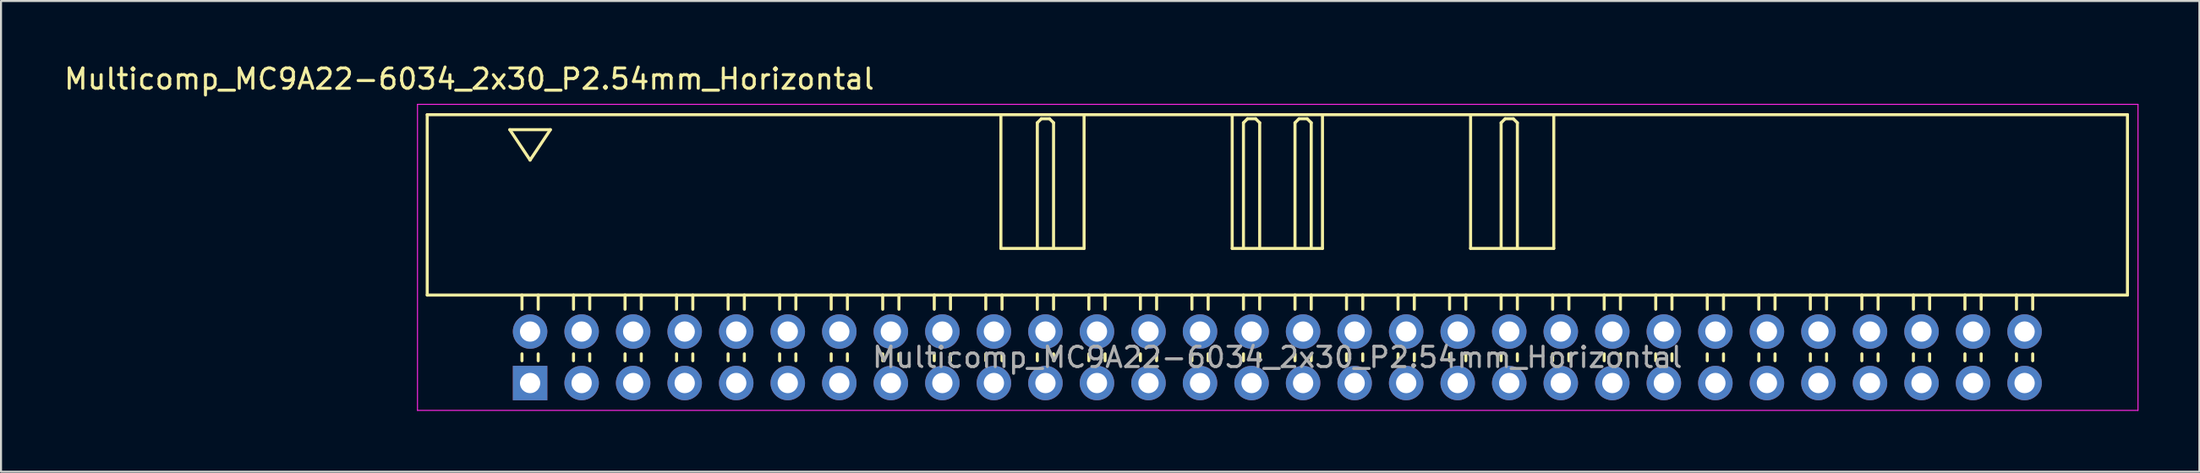
<source format=kicad_pcb>
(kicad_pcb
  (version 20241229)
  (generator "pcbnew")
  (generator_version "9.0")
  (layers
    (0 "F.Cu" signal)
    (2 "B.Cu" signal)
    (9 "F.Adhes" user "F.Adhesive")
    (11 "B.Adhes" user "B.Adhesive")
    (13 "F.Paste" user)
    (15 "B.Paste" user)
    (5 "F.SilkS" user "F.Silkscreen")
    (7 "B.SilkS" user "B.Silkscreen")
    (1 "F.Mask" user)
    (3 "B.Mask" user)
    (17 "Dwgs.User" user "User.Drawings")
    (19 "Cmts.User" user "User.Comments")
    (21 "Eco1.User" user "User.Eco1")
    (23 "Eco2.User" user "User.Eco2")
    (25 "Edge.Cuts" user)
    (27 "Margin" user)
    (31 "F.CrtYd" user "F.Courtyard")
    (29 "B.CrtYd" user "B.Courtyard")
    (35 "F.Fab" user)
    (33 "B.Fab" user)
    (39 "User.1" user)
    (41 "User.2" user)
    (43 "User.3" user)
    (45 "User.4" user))
  (footprint "Multicomp_MC9A22-6034_2x30_P2.54mm_Horizontal"
    (layer "F.Cu")
    (at 23.077 15.848)
    (property "Reference" "Multicomp_MC9A22-6034_2x30_P2.54mm_Horizontal" (at -3 -15 0) (layer "F.SilkS") (effects (font (size 1 1) (thickness 0.15))))
    (attr through_hole)
    (fp_line (start -5.07 -13.24) (end 78.73 -13.24) (stroke (width 0.15) (type solid)) (layer "F.SilkS"))
    (fp_line (start -5.07 -4.34) (end -5.07 -13.24) (stroke (width 0.15) (type solid)) (layer "F.SilkS"))
    (fp_line (start -1 -12.5) (end 1 -12.5) (stroke (width 0.15) (type solid)) (layer "F.SilkS"))
    (fp_line (start -0.4 -3.64) (end -0.4 -4.34) (stroke (width 0.15) (type solid)) (layer "F.SilkS"))
    (fp_line (start -0.4 -1.1) (end -0.4 -1.44) (stroke (width 0.15) (type solid)) (layer "F.SilkS"))
    (fp_line (start 0 -11) (end -1 -12.5) (stroke (width 0.15) (type solid)) (layer "F.SilkS"))
    (fp_line (start 0.4 -3.64) (end 0.4 -4.34) (stroke (width 0.15) (type solid)) (layer "F.SilkS"))
    (fp_line (start 0.4 -1.1) (end 0.4 -1.44) (stroke (width 0.15) (type solid)) (layer "F.SilkS"))
    (fp_line (start 1 -12.5) (end 0 -11) (stroke (width 0.15) (type solid)) (layer "F.SilkS"))
    (fp_line (start 2.14 -3.64) (end 2.14 -4.34) (stroke (width 0.15) (type solid)) (layer "F.SilkS"))
    (fp_line (start 2.14 -1.1) (end 2.14 -1.44) (stroke (width 0.15) (type solid)) (layer "F.SilkS"))
    (fp_line (start 2.94 -3.64) (end 2.94 -4.34) (stroke (width 0.15) (type solid)) (layer "F.SilkS"))
    (fp_line (start 2.94 -1.1) (end 2.94 -1.44) (stroke (width 0.15) (type solid)) (layer "F.SilkS"))
    (fp_line (start 4.68 -3.64) (end 4.68 -4.34) (stroke (width 0.15) (type solid)) (layer "F.SilkS"))
    (fp_line (start 4.68 -1.1) (end 4.68 -1.44) (stroke (width 0.15) (type solid)) (layer "F.SilkS"))
    (fp_line (start 5.48 -3.64) (end 5.48 -4.34) (stroke (width 0.15) (type solid)) (layer "F.SilkS"))
    (fp_line (start 5.48 -1.1) (end 5.48 -1.44) (stroke (width 0.15) (type solid)) (layer "F.SilkS"))
    (fp_line (start 7.22 -3.64) (end 7.22 -4.34) (stroke (width 0.15) (type solid)) (layer "F.SilkS"))
    (fp_line (start 7.22 -1.1) (end 7.22 -1.44) (stroke (width 0.15) (type solid)) (layer "F.SilkS"))
    (fp_line (start 8.02 -3.64) (end 8.02 -4.34) (stroke (width 0.15) (type solid)) (layer "F.SilkS"))
    (fp_line (start 8.02 -1.1) (end 8.02 -1.44) (stroke (width 0.15) (type solid)) (layer "F.SilkS"))
    (fp_line (start 9.76 -3.64) (end 9.76 -4.34) (stroke (width 0.15) (type solid)) (layer "F.SilkS"))
    (fp_line (start 9.76 -1.1) (end 9.76 -1.44) (stroke (width 0.15) (type solid)) (layer "F.SilkS"))
    (fp_line (start 10.56 -3.64) (end 10.56 -4.34) (stroke (width 0.15) (type solid)) (layer "F.SilkS"))
    (fp_line (start 10.56 -1.1) (end 10.56 -1.44) (stroke (width 0.15) (type solid)) (layer "F.SilkS"))
    (fp_line (start 12.3 -3.64) (end 12.3 -4.34) (stroke (width 0.15) (type solid)) (layer "F.SilkS"))
    (fp_line (start 12.3 -1.1) (end 12.3 -1.44) (stroke (width 0.15) (type solid)) (layer "F.SilkS"))
    (fp_line (start 13.1 -3.64) (end 13.1 -4.34) (stroke (width 0.15) (type solid)) (layer "F.SilkS"))
    (fp_line (start 13.1 -1.1) (end 13.1 -1.44) (stroke (width 0.15) (type solid)) (layer "F.SilkS"))
    (fp_line (start 14.84 -3.64) (end 14.84 -4.34) (stroke (width 0.15) (type solid)) (layer "F.SilkS"))
    (fp_line (start 14.84 -1.1) (end 14.84 -1.44) (stroke (width 0.15) (type solid)) (layer "F.SilkS"))
    (fp_line (start 15.64 -3.64) (end 15.64 -4.34) (stroke (width 0.15) (type solid)) (layer "F.SilkS"))
    (fp_line (start 15.64 -1.1) (end 15.64 -1.44) (stroke (width 0.15) (type solid)) (layer "F.SilkS"))
    (fp_line (start 17.38 -3.64) (end 17.38 -4.34) (stroke (width 0.15) (type solid)) (layer "F.SilkS"))
    (fp_line (start 17.38 -1.1) (end 17.38 -1.44) (stroke (width 0.15) (type solid)) (layer "F.SilkS"))
    (fp_line (start 18.18 -3.64) (end 18.18 -4.34) (stroke (width 0.15) (type solid)) (layer "F.SilkS"))
    (fp_line (start 18.18 -1.1) (end 18.18 -1.44) (stroke (width 0.15) (type solid)) (layer "F.SilkS"))
    (fp_line (start 19.92 -3.64) (end 19.92 -4.34) (stroke (width 0.15) (type solid)) (layer "F.SilkS"))
    (fp_line (start 19.92 -1.1) (end 19.92 -1.44) (stroke (width 0.15) (type solid)) (layer "F.SilkS"))
    (fp_line (start 20.72 -3.64) (end 20.72 -4.34) (stroke (width 0.15) (type solid)) (layer "F.SilkS"))
    (fp_line (start 20.72 -1.1) (end 20.72 -1.44) (stroke (width 0.15) (type solid)) (layer "F.SilkS"))
    (fp_line (start 22.46 -3.64) (end 22.46 -4.34) (stroke (width 0.15) (type solid)) (layer "F.SilkS"))
    (fp_line (start 22.46 -1.1) (end 22.46 -1.44) (stroke (width 0.15) (type solid)) (layer "F.SilkS"))
    (fp_line (start 23.205 -6.64) (end 23.205 -13.24) (stroke (width 0.15) (type solid)) (layer "F.SilkS"))
    (fp_line (start 23.26 -3.64) (end 23.26 -4.34) (stroke (width 0.15) (type solid)) (layer "F.SilkS"))
    (fp_line (start 23.26 -1.1) (end 23.26 -1.44) (stroke (width 0.15) (type solid)) (layer "F.SilkS"))
    (fp_line (start 25 -12.84) (end 25.2 -13.04) (stroke (width 0.15) (type solid)) (layer "F.SilkS"))
    (fp_line (start 25 -6.64) (end 25 -12.84) (stroke (width 0.15) (type solid)) (layer "F.SilkS"))
    (fp_line (start 25 -3.64) (end 25 -4.34) (stroke (width 0.15) (type solid)) (layer "F.SilkS"))
    (fp_line (start 25 -1.1) (end 25 -1.44) (stroke (width 0.15) (type solid)) (layer "F.SilkS"))
    (fp_line (start 25.2 -13.04) (end 25.6 -13.04) (stroke (width 0.15) (type solid)) (layer "F.SilkS"))
    (fp_line (start 25.6 -13.04) (end 25.8 -12.84) (stroke (width 0.15) (type solid)) (layer "F.SilkS"))
    (fp_line (start 25.8 -12.84) (end 25.8 -6.64) (stroke (width 0.15) (type solid)) (layer "F.SilkS"))
    (fp_line (start 25.8 -3.64) (end 25.8 -4.34) (stroke (width 0.15) (type solid)) (layer "F.SilkS"))
    (fp_line (start 25.8 -1.1) (end 25.8 -1.44) (stroke (width 0.15) (type solid)) (layer "F.SilkS"))
    (fp_line (start 27.305 -13.24) (end 27.305 -6.64) (stroke (width 0.15) (type solid)) (layer "F.SilkS"))
    (fp_line (start 27.305 -6.64) (end 23.205 -6.64) (stroke (width 0.15) (type solid)) (layer "F.SilkS"))
    (fp_line (start 27.54 -3.64) (end 27.54 -4.34) (stroke (width 0.15) (type solid)) (layer "F.SilkS"))
    (fp_line (start 27.54 -1.1) (end 27.54 -1.44) (stroke (width 0.15) (type solid)) (layer "F.SilkS"))
    (fp_line (start 28.34 -3.64) (end 28.34 -4.34) (stroke (width 0.15) (type solid)) (layer "F.SilkS"))
    (fp_line (start 28.34 -1.1) (end 28.34 -1.44) (stroke (width 0.15) (type solid)) (layer "F.SilkS"))
    (fp_line (start 30.08 -3.64) (end 30.08 -4.34) (stroke (width 0.15) (type solid)) (layer "F.SilkS"))
    (fp_line (start 30.08 -1.1) (end 30.08 -1.44) (stroke (width 0.15) (type solid)) (layer "F.SilkS"))
    (fp_line (start 30.88 -3.64) (end 30.88 -4.34) (stroke (width 0.15) (type solid)) (layer "F.SilkS"))
    (fp_line (start 30.88 -1.1) (end 30.88 -1.44) (stroke (width 0.15) (type solid)) (layer "F.SilkS"))
    (fp_line (start 32.62 -3.64) (end 32.62 -4.34) (stroke (width 0.15) (type solid)) (layer "F.SilkS"))
    (fp_line (start 32.62 -1.1) (end 32.62 -1.44) (stroke (width 0.15) (type solid)) (layer "F.SilkS"))
    (fp_line (start 33.42 -3.64) (end 33.42 -4.34) (stroke (width 0.15) (type solid)) (layer "F.SilkS"))
    (fp_line (start 33.42 -1.1) (end 33.42 -1.44) (stroke (width 0.15) (type solid)) (layer "F.SilkS"))
    (fp_line (start 34.605 -13.24) (end 34.605 -6.64) (stroke (width 0.15) (type solid)) (layer "F.SilkS"))
    (fp_line (start 34.605 -6.64) (end 39.055 -6.64) (stroke (width 0.15) (type solid)) (layer "F.SilkS"))
    (fp_line (start 35.16 -12.84) (end 35.36 -13.04) (stroke (width 0.15) (type solid)) (layer "F.SilkS"))
    (fp_line (start 35.16 -6.64) (end 35.16 -12.84) (stroke (width 0.15) (type solid)) (layer "F.SilkS"))
    (fp_line (start 35.16 -3.64) (end 35.16 -4.34) (stroke (width 0.15) (type solid)) (layer "F.SilkS"))
    (fp_line (start 35.16 -1.1) (end 35.16 -1.44) (stroke (width 0.15) (type solid)) (layer "F.SilkS"))
    (fp_line (start 35.36 -13.04) (end 35.76 -13.04) (stroke (width 0.15) (type solid)) (layer "F.SilkS"))
    (fp_line (start 35.76 -13.04) (end 35.96 -12.84) (stroke (width 0.15) (type solid)) (layer "F.SilkS"))
    (fp_line (start 35.96 -12.84) (end 35.96 -6.64) (stroke (width 0.15) (type solid)) (layer "F.SilkS"))
    (fp_line (start 35.96 -3.64) (end 35.96 -4.34) (stroke (width 0.15) (type solid)) (layer "F.SilkS"))
    (fp_line (start 35.96 -1.1) (end 35.96 -1.44) (stroke (width 0.15) (type solid)) (layer "F.SilkS"))
    (fp_line (start 37.7 -12.84) (end 37.9 -13.04) (stroke (width 0.15) (type solid)) (layer "F.SilkS"))
    (fp_line (start 37.7 -6.64) (end 37.7 -12.84) (stroke (width 0.15) (type solid)) (layer "F.SilkS"))
    (fp_line (start 37.7 -3.64) (end 37.7 -4.34) (stroke (width 0.15) (type solid)) (layer "F.SilkS"))
    (fp_line (start 37.7 -1.1) (end 37.7 -1.44) (stroke (width 0.15) (type solid)) (layer "F.SilkS"))
    (fp_line (start 37.9 -13.04) (end 38.3 -13.04) (stroke (width 0.15) (type solid)) (layer "F.SilkS"))
    (fp_line (start 38.3 -13.04) (end 38.5 -12.84) (stroke (width 0.15) (type solid)) (layer "F.SilkS"))
    (fp_line (start 38.5 -12.84) (end 38.5 -6.64) (stroke (width 0.15) (type solid)) (layer "F.SilkS"))
    (fp_line (start 38.5 -3.64) (end 38.5 -4.34) (stroke (width 0.15) (type solid)) (layer "F.SilkS"))
    (fp_line (start 38.5 -1.1) (end 38.5 -1.44) (stroke (width 0.15) (type solid)) (layer "F.SilkS"))
    (fp_line (start 39.055 -6.64) (end 39.055 -13.24) (stroke (width 0.15) (type solid)) (layer "F.SilkS"))
    (fp_line (start 40.24 -3.64) (end 40.24 -4.34) (stroke (width 0.15) (type solid)) (layer "F.SilkS"))
    (fp_line (start 40.24 -1.1) (end 40.24 -1.44) (stroke (width 0.15) (type solid)) (layer "F.SilkS"))
    (fp_line (start 41.04 -3.64) (end 41.04 -4.34) (stroke (width 0.15) (type solid)) (layer "F.SilkS"))
    (fp_line (start 41.04 -1.1) (end 41.04 -1.44) (stroke (width 0.15) (type solid)) (layer "F.SilkS"))
    (fp_line (start 42.78 -3.64) (end 42.78 -4.34) (stroke (width 0.15) (type solid)) (layer "F.SilkS"))
    (fp_line (start 42.78 -1.1) (end 42.78 -1.44) (stroke (width 0.15) (type solid)) (layer "F.SilkS"))
    (fp_line (start 43.58 -3.64) (end 43.58 -4.34) (stroke (width 0.15) (type solid)) (layer "F.SilkS"))
    (fp_line (start 43.58 -1.1) (end 43.58 -1.44) (stroke (width 0.15) (type solid)) (layer "F.SilkS"))
    (fp_line (start 45.32 -3.64) (end 45.32 -4.34) (stroke (width 0.15) (type solid)) (layer "F.SilkS"))
    (fp_line (start 45.32 -1.1) (end 45.32 -1.44) (stroke (width 0.15) (type solid)) (layer "F.SilkS"))
    (fp_line (start 46.12 -3.64) (end 46.12 -4.34) (stroke (width 0.15) (type solid)) (layer "F.SilkS"))
    (fp_line (start 46.12 -1.1) (end 46.12 -1.44) (stroke (width 0.15) (type solid)) (layer "F.SilkS"))
    (fp_line (start 46.355 -13.24) (end 46.355 -6.64) (stroke (width 0.15) (type solid)) (layer "F.SilkS"))
    (fp_line (start 46.355 -6.64) (end 50.455 -6.64) (stroke (width 0.15) (type solid)) (layer "F.SilkS"))
    (fp_line (start 47.86 -12.84) (end 48.06 -13.04) (stroke (width 0.15) (type solid)) (layer "F.SilkS"))
    (fp_line (start 47.86 -6.64) (end 47.86 -12.84) (stroke (width 0.15) (type solid)) (layer "F.SilkS"))
    (fp_line (start 47.86 -3.64) (end 47.86 -4.34) (stroke (width 0.15) (type solid)) (layer "F.SilkS"))
    (fp_line (start 47.86 -1.1) (end 47.86 -1.44) (stroke (width 0.15) (type solid)) (layer "F.SilkS"))
    (fp_line (start 48.06 -13.04) (end 48.46 -13.04) (stroke (width 0.15) (type solid)) (layer "F.SilkS"))
    (fp_line (start 48.46 -13.04) (end 48.66 -12.84) (stroke (width 0.15) (type solid)) (layer "F.SilkS"))
    (fp_line (start 48.66 -12.84) (end 48.66 -6.64) (stroke (width 0.15) (type solid)) (layer "F.SilkS"))
    (fp_line (start 48.66 -3.64) (end 48.66 -4.34) (stroke (width 0.15) (type solid)) (layer "F.SilkS"))
    (fp_line (start 48.66 -1.1) (end 48.66 -1.44) (stroke (width 0.15) (type solid)) (layer "F.SilkS"))
    (fp_line (start 50.4 -3.64) (end 50.4 -4.34) (stroke (width 0.15) (type solid)) (layer "F.SilkS"))
    (fp_line (start 50.4 -1.1) (end 50.4 -1.44) (stroke (width 0.15) (type solid)) (layer "F.SilkS"))
    (fp_line (start 50.455 -6.64) (end 50.455 -13.24) (stroke (width 0.15) (type solid)) (layer "F.SilkS"))
    (fp_line (start 51.2 -3.64) (end 51.2 -4.34) (stroke (width 0.15) (type solid)) (layer "F.SilkS"))
    (fp_line (start 51.2 -1.1) (end 51.2 -1.44) (stroke (width 0.15) (type solid)) (layer "F.SilkS"))
    (fp_line (start 52.94 -3.64) (end 52.94 -4.34) (stroke (width 0.15) (type solid)) (layer "F.SilkS"))
    (fp_line (start 52.94 -1.1) (end 52.94 -1.44) (stroke (width 0.15) (type solid)) (layer "F.SilkS"))
    (fp_line (start 53.74 -3.64) (end 53.74 -4.34) (stroke (width 0.15) (type solid)) (layer "F.SilkS"))
    (fp_line (start 53.74 -1.1) (end 53.74 -1.44) (stroke (width 0.15) (type solid)) (layer "F.SilkS"))
    (fp_line (start 55.48 -3.64) (end 55.48 -4.34) (stroke (width 0.15) (type solid)) (layer "F.SilkS"))
    (fp_line (start 55.48 -1.1) (end 55.48 -1.44) (stroke (width 0.15) (type solid)) (layer "F.SilkS"))
    (fp_line (start 56.28 -3.64) (end 56.28 -4.34) (stroke (width 0.15) (type solid)) (layer "F.SilkS"))
    (fp_line (start 56.28 -1.1) (end 56.28 -1.44) (stroke (width 0.15) (type solid)) (layer "F.SilkS"))
    (fp_line (start 58.02 -3.64) (end 58.02 -4.34) (stroke (width 0.15) (type solid)) (layer "F.SilkS"))
    (fp_line (start 58.02 -1.1) (end 58.02 -1.44) (stroke (width 0.15) (type solid)) (layer "F.SilkS"))
    (fp_line (start 58.82 -3.64) (end 58.82 -4.34) (stroke (width 0.15) (type solid)) (layer "F.SilkS"))
    (fp_line (start 58.82 -1.1) (end 58.82 -1.44) (stroke (width 0.15) (type solid)) (layer "F.SilkS"))
    (fp_line (start 60.56 -3.64) (end 60.56 -4.34) (stroke (width 0.15) (type solid)) (layer "F.SilkS"))
    (fp_line (start 60.56 -1.1) (end 60.56 -1.44) (stroke (width 0.15) (type solid)) (layer "F.SilkS"))
    (fp_line (start 61.36 -3.64) (end 61.36 -4.34) (stroke (width 0.15) (type solid)) (layer "F.SilkS"))
    (fp_line (start 61.36 -1.1) (end 61.36 -1.44) (stroke (width 0.15) (type solid)) (layer "F.SilkS"))
    (fp_line (start 63.1 -3.64) (end 63.1 -4.34) (stroke (width 0.15) (type solid)) (layer "F.SilkS"))
    (fp_line (start 63.1 -1.1) (end 63.1 -1.44) (stroke (width 0.15) (type solid)) (layer "F.SilkS"))
    (fp_line (start 63.9 -3.64) (end 63.9 -4.34) (stroke (width 0.15) (type solid)) (layer "F.SilkS"))
    (fp_line (start 63.9 -1.1) (end 63.9 -1.44) (stroke (width 0.15) (type solid)) (layer "F.SilkS"))
    (fp_line (start 65.64 -3.64) (end 65.64 -4.34) (stroke (width 0.15) (type solid)) (layer "F.SilkS"))
    (fp_line (start 65.64 -1.1) (end 65.64 -1.44) (stroke (width 0.15) (type solid)) (layer "F.SilkS"))
    (fp_line (start 66.44 -3.64) (end 66.44 -4.34) (stroke (width 0.15) (type solid)) (layer "F.SilkS"))
    (fp_line (start 66.44 -1.1) (end 66.44 -1.44) (stroke (width 0.15) (type solid)) (layer "F.SilkS"))
    (fp_line (start 68.18 -3.64) (end 68.18 -4.34) (stroke (width 0.15) (type solid)) (layer "F.SilkS"))
    (fp_line (start 68.18 -1.1) (end 68.18 -1.44) (stroke (width 0.15) (type solid)) (layer "F.SilkS"))
    (fp_line (start 68.98 -3.64) (end 68.98 -4.34) (stroke (width 0.15) (type solid)) (layer "F.SilkS"))
    (fp_line (start 68.98 -1.1) (end 68.98 -1.44) (stroke (width 0.15) (type solid)) (layer "F.SilkS"))
    (fp_line (start 70.72 -3.64) (end 70.72 -4.34) (stroke (width 0.15) (type solid)) (layer "F.SilkS"))
    (fp_line (start 70.72 -1.1) (end 70.72 -1.44) (stroke (width 0.15) (type solid)) (layer "F.SilkS"))
    (fp_line (start 71.52 -3.64) (end 71.52 -4.34) (stroke (width 0.15) (type solid)) (layer "F.SilkS"))
    (fp_line (start 71.52 -1.1) (end 71.52 -1.44) (stroke (width 0.15) (type solid)) (layer "F.SilkS"))
    (fp_line (start 73.26 -3.64) (end 73.26 -4.34) (stroke (width 0.15) (type solid)) (layer "F.SilkS"))
    (fp_line (start 73.26 -1.1) (end 73.26 -1.44) (stroke (width 0.15) (type solid)) (layer "F.SilkS"))
    (fp_line (start 74.06 -3.64) (end 74.06 -4.34) (stroke (width 0.15) (type solid)) (layer "F.SilkS"))
    (fp_line (start 74.06 -1.1) (end 74.06 -1.44) (stroke (width 0.15) (type solid)) (layer "F.SilkS"))
    (fp_line (start 78.73 -13.24) (end 78.73 -4.34) (stroke (width 0.15) (type solid)) (layer "F.SilkS"))
    (fp_line (start 78.73 -4.34) (end -5.07 -4.34) (stroke (width 0.15) (type solid)) (layer "F.SilkS"))
    (fp_line (start -5.55 -13.75) (end 79.25 -13.75) (stroke (width 0.05) (type solid)) (layer "F.CrtYd"))
    (fp_line (start -5.55 1.35) (end -5.55 -13.75) (stroke (width 0.05) (type solid)) (layer "F.CrtYd"))
    (fp_line (start 79.25 -13.75) (end 79.25 1.35) (stroke (width 0.05) (type solid)) (layer "F.CrtYd"))
    (fp_line (start 79.25 1.35) (end -5.55 1.35) (stroke (width 0.05) (type solid)) (layer "F.CrtYd"))
    (fp_text user "${REFERENCE}" (at 36.83 -1.27 0) (layer "F.Fab") (effects (font (size 1 1) (thickness 0.15))))
    (pad "1" thru_hole rect (at 0 0) (size 1.7 1.7) (drill 1) (layers "*.Cu" "*.Mask"))
    (pad "2" thru_hole circle (at 0 -2.54) (size 1.7 1.7) (drill 1) (layers "*.Cu" "*.Mask"))
    (pad "3" thru_hole circle (at 2.54 0) (size 1.7 1.7) (drill 1) (layers "*.Cu" "*.Mask"))
    (pad "4" thru_hole circle (at 2.54 -2.54) (size 1.7 1.7) (drill 1) (layers "*.Cu" "*.Mask"))
    (pad "5" thru_hole circle (at 5.08 0) (size 1.7 1.7) (drill 1) (layers "*.Cu" "*.Mask"))
    (pad "6" thru_hole circle (at 5.08 -2.54) (size 1.7 1.7) (drill 1) (layers "*.Cu" "*.Mask"))
    (pad "7" thru_hole circle (at 7.62 0) (size 1.7 1.7) (drill 1) (layers "*.Cu" "*.Mask"))
    (pad "8" thru_hole circle (at 7.62 -2.54) (size 1.7 1.7) (drill 1) (layers "*.Cu" "*.Mask"))
    (pad "9" thru_hole circle (at 10.16 0) (size 1.7 1.7) (drill 1) (layers "*.Cu" "*.Mask"))
    (pad "10" thru_hole circle (at 10.16 -2.54) (size 1.7 1.7) (drill 1) (layers "*.Cu" "*.Mask"))
    (pad "11" thru_hole circle (at 12.7 0) (size 1.7 1.7) (drill 1) (layers "*.Cu" "*.Mask"))
    (pad "12" thru_hole circle (at 12.7 -2.54) (size 1.7 1.7) (drill 1) (layers "*.Cu" "*.Mask"))
    (pad "13" thru_hole circle (at 15.24 0) (size 1.7 1.7) (drill 1) (layers "*.Cu" "*.Mask"))
    (pad "14" thru_hole circle (at 15.24 -2.54) (size 1.7 1.7) (drill 1) (layers "*.Cu" "*.Mask"))
    (pad "15" thru_hole circle (at 17.78 0) (size 1.7 1.7) (drill 1) (layers "*.Cu" "*.Mask"))
    (pad "16" thru_hole circle (at 17.78 -2.54) (size 1.7 1.7) (drill 1) (layers "*.Cu" "*.Mask"))
    (pad "17" thru_hole circle (at 20.32 0) (size 1.7 1.7) (drill 1) (layers "*.Cu" "*.Mask"))
    (pad "18" thru_hole circle (at 20.32 -2.54) (size 1.7 1.7) (drill 1) (layers "*.Cu" "*.Mask"))
    (pad "19" thru_hole circle (at 22.86 0) (size 1.7 1.7) (drill 1) (layers "*.Cu" "*.Mask"))
    (pad "20" thru_hole circle (at 22.86 -2.54) (size 1.7 1.7) (drill 1) (layers "*.Cu" "*.Mask"))
    (pad "21" thru_hole circle (at 25.4 0) (size 1.7 1.7) (drill 1) (layers "*.Cu" "*.Mask"))
    (pad "22" thru_hole circle (at 25.4 -2.54) (size 1.7 1.7) (drill 1) (layers "*.Cu" "*.Mask"))
    (pad "23" thru_hole circle (at 27.94 0) (size 1.7 1.7) (drill 1) (layers "*.Cu" "*.Mask"))
    (pad "24" thru_hole circle (at 27.94 -2.54) (size 1.7 1.7) (drill 1) (layers "*.Cu" "*.Mask"))
    (pad "25" thru_hole circle (at 30.48 0) (size 1.7 1.7) (drill 1) (layers "*.Cu" "*.Mask"))
    (pad "26" thru_hole circle (at 30.48 -2.54) (size 1.7 1.7) (drill 1) (layers "*.Cu" "*.Mask"))
    (pad "27" thru_hole circle (at 33.02 0) (size 1.7 1.7) (drill 1) (layers "*.Cu" "*.Mask"))
    (pad "28" thru_hole circle (at 33.02 -2.54) (size 1.7 1.7) (drill 1) (layers "*.Cu" "*.Mask"))
    (pad "29" thru_hole circle (at 35.56 0) (size 1.7 1.7) (drill 1) (layers "*.Cu" "*.Mask"))
    (pad "30" thru_hole circle (at 35.56 -2.54) (size 1.7 1.7) (drill 1) (layers "*.Cu" "*.Mask"))
    (pad "31" thru_hole circle (at 38.1 0) (size 1.7 1.7) (drill 1) (layers "*.Cu" "*.Mask"))
    (pad "32" thru_hole circle (at 38.1 -2.54) (size 1.7 1.7) (drill 1) (layers "*.Cu" "*.Mask"))
    (pad "33" thru_hole circle (at 40.64 0) (size 1.7 1.7) (drill 1) (layers "*.Cu" "*.Mask"))
    (pad "34" thru_hole circle (at 40.64 -2.54) (size 1.7 1.7) (drill 1) (layers "*.Cu" "*.Mask"))
    (pad "35" thru_hole circle (at 43.18 0) (size 1.7 1.7) (drill 1) (layers "*.Cu" "*.Mask"))
    (pad "36" thru_hole circle (at 43.18 -2.54) (size 1.7 1.7) (drill 1) (layers "*.Cu" "*.Mask"))
    (pad "37" thru_hole circle (at 45.72 0) (size 1.7 1.7) (drill 1) (layers "*.Cu" "*.Mask"))
    (pad "38" thru_hole circle (at 45.72 -2.54) (size 1.7 1.7) (drill 1) (layers "*.Cu" "*.Mask"))
    (pad "39" thru_hole circle (at 48.26 0) (size 1.7 1.7) (drill 1) (layers "*.Cu" "*.Mask"))
    (pad "40" thru_hole circle (at 48.26 -2.54) (size 1.7 1.7) (drill 1) (layers "*.Cu" "*.Mask"))
    (pad "41" thru_hole circle (at 50.8 0) (size 1.7 1.7) (drill 1) (layers "*.Cu" "*.Mask"))
    (pad "42" thru_hole circle (at 50.8 -2.54) (size 1.7 1.7) (drill 1) (layers "*.Cu" "*.Mask"))
    (pad "43" thru_hole circle (at 53.34 0) (size 1.7 1.7) (drill 1) (layers "*.Cu" "*.Mask"))
    (pad "44" thru_hole circle (at 53.34 -2.54) (size 1.7 1.7) (drill 1) (layers "*.Cu" "*.Mask"))
    (pad "45" thru_hole circle (at 55.88 0) (size 1.7 1.7) (drill 1) (layers "*.Cu" "*.Mask"))
    (pad "46" thru_hole circle (at 55.88 -2.54) (size 1.7 1.7) (drill 1) (layers "*.Cu" "*.Mask"))
    (pad "47" thru_hole circle (at 58.42 0) (size 1.7 1.7) (drill 1) (layers "*.Cu" "*.Mask"))
    (pad "48" thru_hole circle (at 58.42 -2.54) (size 1.7 1.7) (drill 1) (layers "*.Cu" "*.Mask"))
    (pad "49" thru_hole circle (at 60.96 0) (size 1.7 1.7) (drill 1) (layers "*.Cu" "*.Mask"))
    (pad "50" thru_hole circle (at 60.96 -2.54) (size 1.7 1.7) (drill 1) (layers "*.Cu" "*.Mask"))
    (pad "51" thru_hole circle (at 63.5 0) (size 1.7 1.7) (drill 1) (layers "*.Cu" "*.Mask"))
    (pad "52" thru_hole circle (at 63.5 -2.54) (size 1.7 1.7) (drill 1) (layers "*.Cu" "*.Mask"))
    (pad "53" thru_hole circle (at 66.04 0) (size 1.7 1.7) (drill 1) (layers "*.Cu" "*.Mask"))
    (pad "54" thru_hole circle (at 66.04 -2.54) (size 1.7 1.7) (drill 1) (layers "*.Cu" "*.Mask"))
    (pad "55" thru_hole circle (at 68.58 0) (size 1.7 1.7) (drill 1) (layers "*.Cu" "*.Mask"))
    (pad "56" thru_hole circle (at 68.58 -2.54) (size 1.7 1.7) (drill 1) (layers "*.Cu" "*.Mask"))
    (pad "57" thru_hole circle (at 71.12 0) (size 1.7 1.7) (drill 1) (layers "*.Cu" "*.Mask"))
    (pad "58" thru_hole circle (at 71.12 -2.54) (size 1.7 1.7) (drill 1) (layers "*.Cu" "*.Mask"))
    (pad "59" thru_hole circle (at 73.66 0) (size 1.7 1.7) (drill 1) (layers "*.Cu" "*.Mask"))
    (pad "60" thru_hole circle (at 73.66 -2.54) (size 1.7 1.7) (drill 1) (layers "*.Cu" "*.Mask")))
  (gr_rect
    (start -3 -3)
    (end 105.352 20.223)
    (stroke (width 0.1) (type default))
    (fill no)
    (layer "Edge.Cuts")))
</source>
